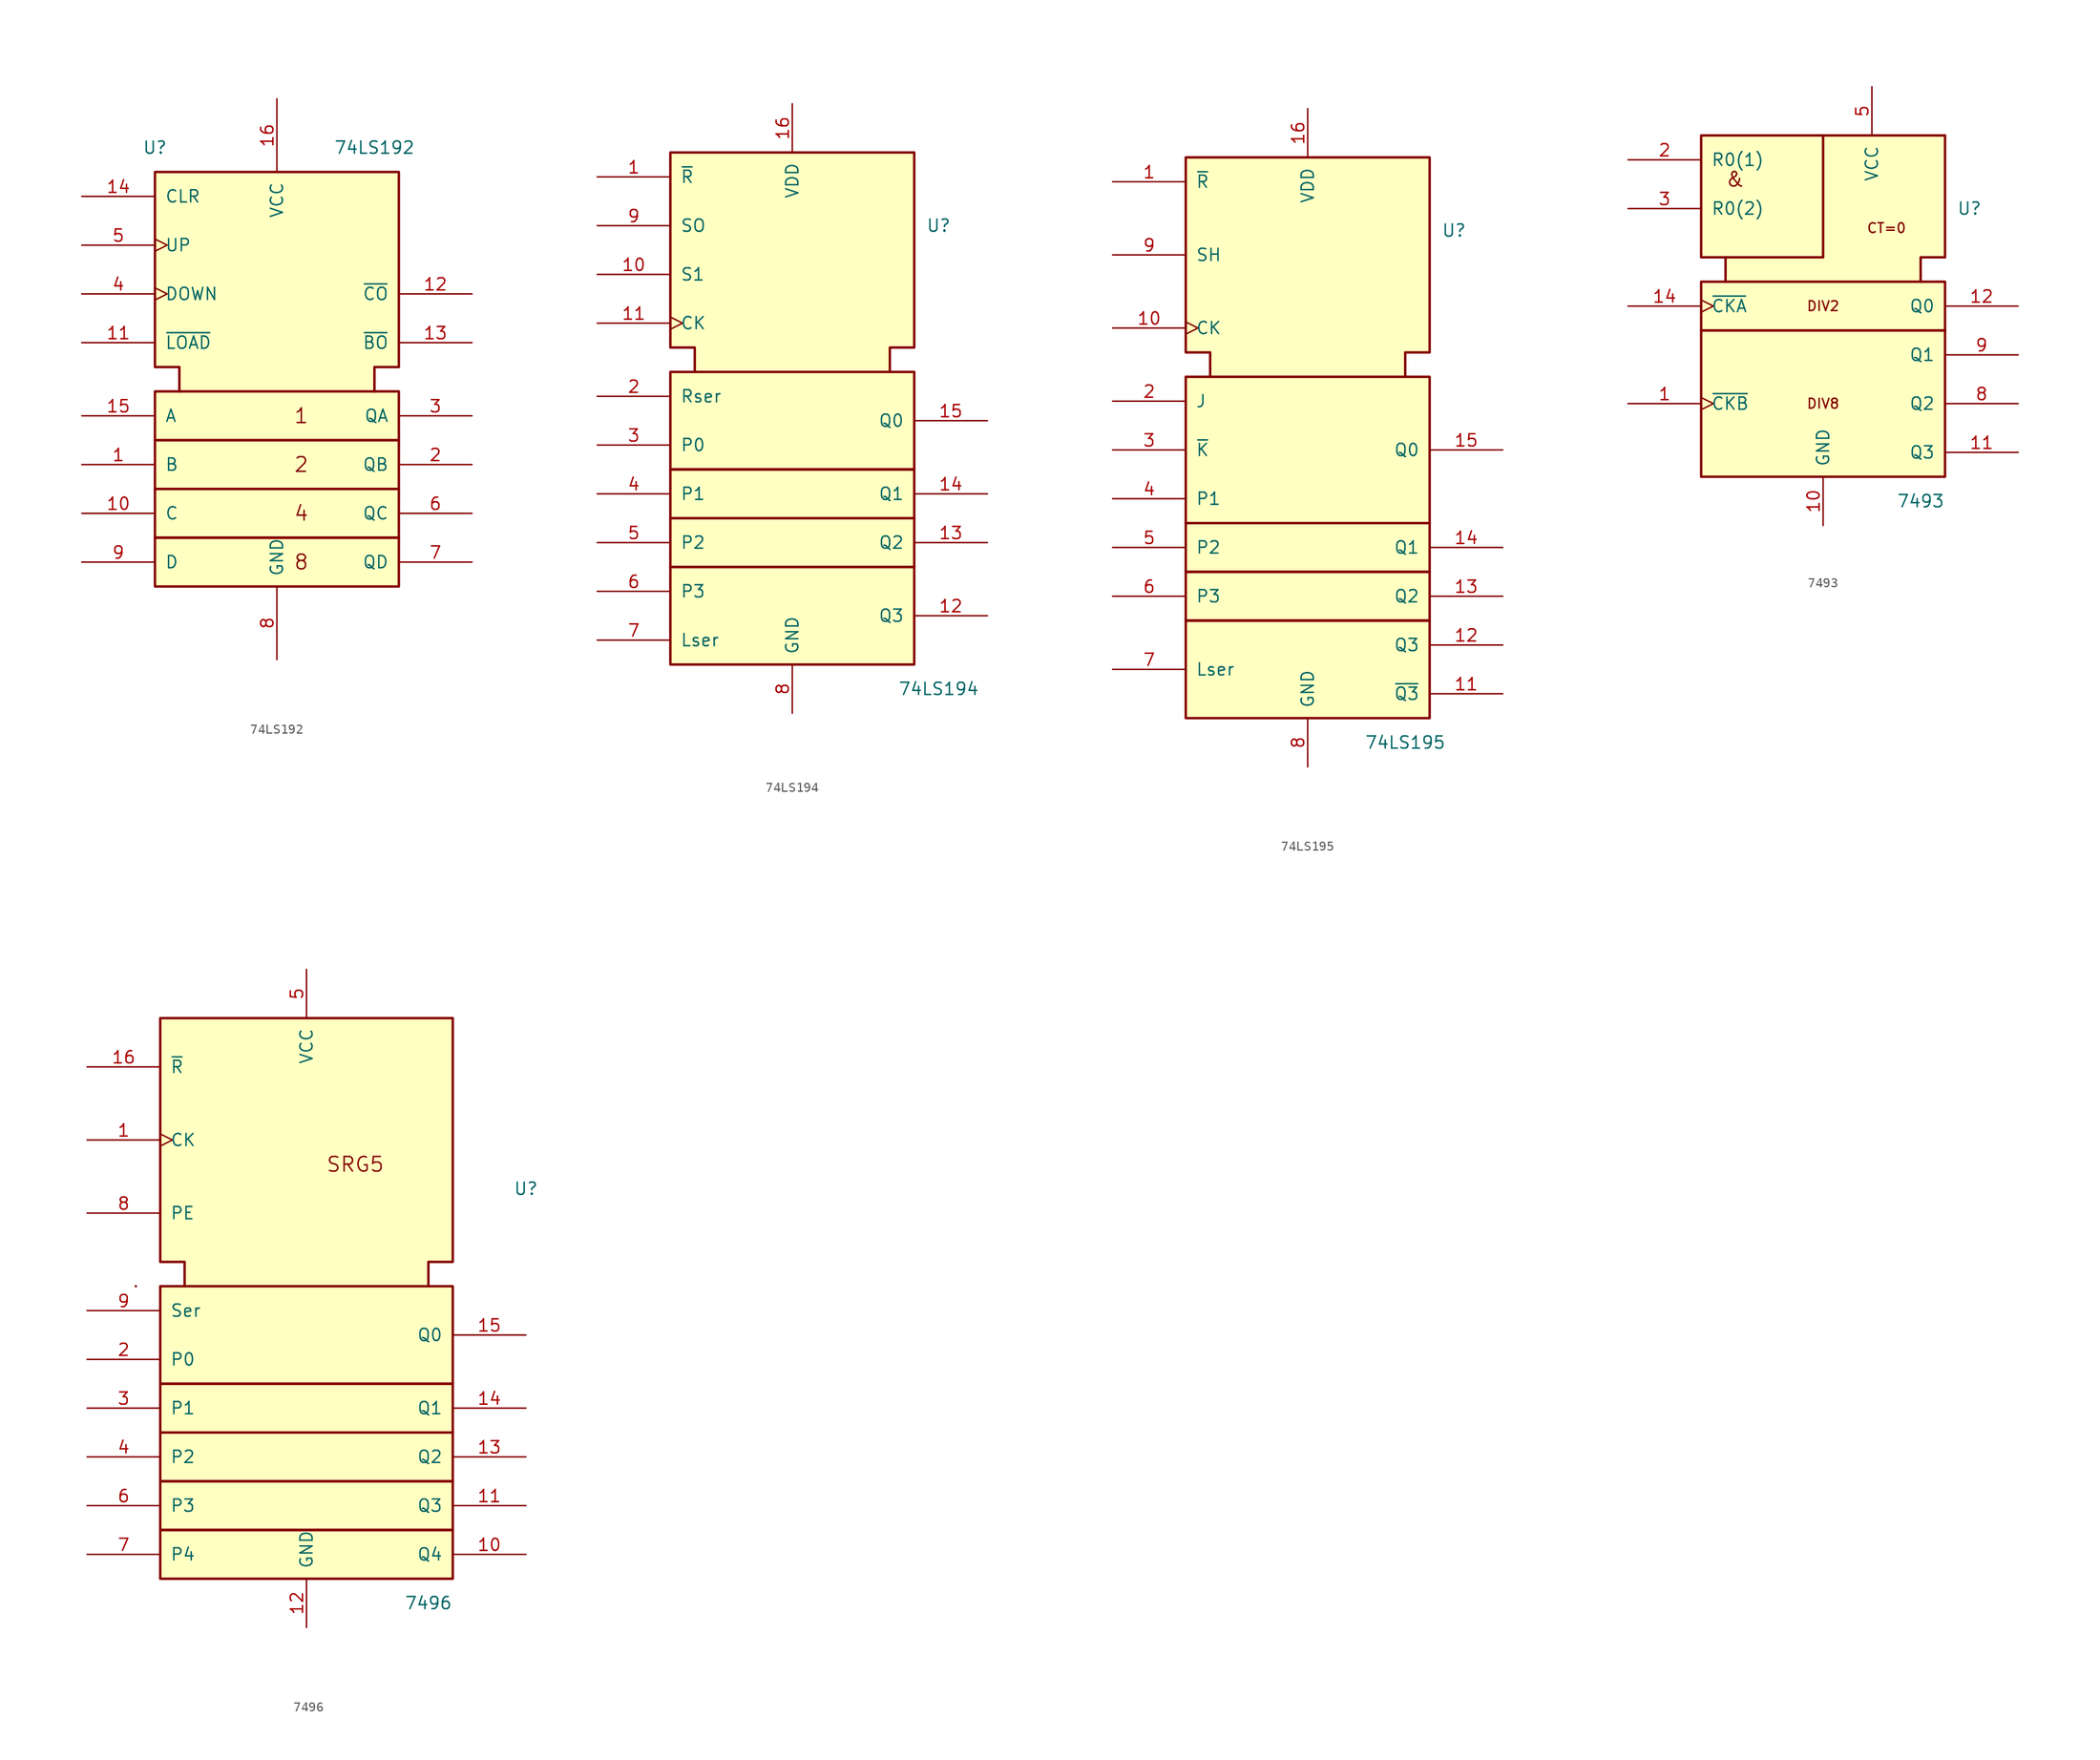
<source format=kicad_sym>
(kicad_symbol_lib
  (version 20241209)
  (generator "kicad_symbol_editor")
  (generator_version "9.0")
  (symbol "74LS192"
    (pin_names
      (offset 1.016))
    (property "Reference" "U"
      (at -12.7 25.4 0)
      (effects (font (size 1.27 1.27))))
    (property "Value" "74LS192"
      (at 10.16 25.4 0)
      (effects (font (size 1.27 1.27))))
    (symbol "74LS192_0_0"
      (text "1" (at 2.54 -2.54 0) (effects (font (size 1.524 1.524))))
      (text "2" (at 2.54 -7.62 0) (effects (font (size 1.524 1.524))))
      (text "4" (at 2.54 -12.7 0) (effects (font (size 1.524 1.524))))
      (text "8" (at 2.54 -17.78 0) (effects (font (size 1.524 1.524))))
      (pin power_in line (at 0 30.48 270) (length 7.62) (name "VCC" (effects (font (size 1.27 1.27)))) (number "16" (effects (font (size 1.27 1.27)))))
      (pin power_in line (at 0 -27.94 90) (length 7.62) (name "GND" (effects (font (size 1.27 1.27)))) (number "8" (effects (font (size 1.27 1.27))))))
    (symbol "74LS192_0_1"
      (rectangle (start -12.7 0) (end 12.7 -5.08) (stroke (width 0.254) (type default)) (fill (type background)))
      (rectangle (start -12.7 -5.08) (end 12.7 -10.16) (stroke (width 0.254) (type default)) (fill (type background)))
      (rectangle (start -12.7 -10.16) (end 12.7 -15.24) (stroke (width 0.254) (type default)) (fill (type background)))
      (rectangle (start -12.7 -15.24) (end 12.7 -20.32) (stroke (width 0.254) (type default)) (fill (type background)))
      (polyline (pts (xy -10.16 0) (xy -10.16 2.54) (xy -12.7 2.54) (xy -12.7 22.86) (xy 12.7 22.86) (xy 12.7 2.54) (xy 10.16 2.54) (xy 10.16 0) (xy 10.16 0)) (stroke (width 0.254) (type default)) (fill (type background))))
    (symbol "74LS192_1_1"
      (pin input line (at -20.32 20.32 0) (length 7.62) (name "CLR" (effects (font (size 1.27 1.27)))) (number "14" (effects (font (size 1.27 1.27)))))
      (pin input clock (at -20.32 15.24 0) (length 7.62) (name "UP" (effects (font (size 1.27 1.27)))) (number "5" (effects (font (size 1.27 1.27)))))
      (pin input clock (at -20.32 10.16 0) (length 7.62) (name "DOWN" (effects (font (size 1.27 1.27)))) (number "4" (effects (font (size 1.27 1.27)))))
      (pin input line (at -20.32 5.08 0) (length 7.62) (name "~{LOAD}" (effects (font (size 1.27 1.27)))) (number "11" (effects (font (size 1.27 1.27)))))
      (pin input line (at -20.32 -2.54 0) (length 7.62) (name "A" (effects (font (size 1.27 1.27)))) (number "15" (effects (font (size 1.27 1.27)))))
      (pin input line (at -20.32 -7.62 0) (length 7.62) (name "B" (effects (font (size 1.27 1.27)))) (number "1" (effects (font (size 1.27 1.27)))))
      (pin input line (at -20.32 -12.7 0) (length 7.62) (name "C" (effects (font (size 1.27 1.27)))) (number "10" (effects (font (size 1.27 1.27)))))
      (pin input line (at -20.32 -17.78 0) (length 7.62) (name "D" (effects (font (size 1.27 1.27)))) (number "9" (effects (font (size 1.27 1.27)))))
      (pin output line (at 20.32 10.16 180) (length 7.62) (name "~{CO}" (effects (font (size 1.27 1.27)))) (number "12" (effects (font (size 1.27 1.27)))))
      (pin output line (at 20.32 5.08 180) (length 7.62) (name "~{BO}" (effects (font (size 1.27 1.27)))) (number "13" (effects (font (size 1.27 1.27)))))
      (pin output line (at 20.32 -2.54 180) (length 7.62) (name "QA" (effects (font (size 1.27 1.27)))) (number "3" (effects (font (size 1.27 1.27)))))
      (pin output line (at 20.32 -7.62 180) (length 7.62) (name "QB" (effects (font (size 1.27 1.27)))) (number "2" (effects (font (size 1.27 1.27)))))
      (pin output line (at 20.32 -12.7 180) (length 7.62) (name "QC" (effects (font (size 1.27 1.27)))) (number "6" (effects (font (size 1.27 1.27)))))
      (pin output line (at 20.32 -17.78 180) (length 7.62) (name "QD" (effects (font (size 1.27 1.27)))) (number "7" (effects (font (size 1.27 1.27)))))))
  (symbol "74LS194"
    (pin_names
      (offset 1.016))
    (property "Reference" "U"
      (at 15.24 17.78 0)
      (effects (font (size 1.27 1.27))))
    (property "Value" "74LS194"
      (at 15.24 -30.48 0)
      (effects (font (size 1.27 1.27))))
    (symbol "74LS194_0_0"
      (rectangle (start -12.7 -17.78) (end 12.7 -27.94) (stroke (width 0.254) (type default)) (fill (type background)))
      (polyline (pts (xy -10.16 2.54) (xy -10.16 5.08) (xy -12.7 5.08) (xy -12.7 25.4) (xy 12.7 25.4) (xy 12.7 5.08) (xy 10.16 5.08) (xy 10.16 2.54) (xy 10.16 2.54)) (stroke (width 0.254) (type default)) (fill (type background)))
      (pin power_in line (at -20.32 -25.4 0) (length 7.62) (name "Lser" (effects (font (size 1.27 1.27)))) (number "7" (effects (font (size 1.27 1.27)))))
      (pin power_in line (at 0 -33.02 90) (length 5.08) (name "GND" (effects (font (size 1.27 1.27)))) (number "8" (effects (font (size 1.27 1.27))))))
    (symbol "74LS194_0_1"
      (rectangle (start -12.7 2.54) (end 12.7 -7.62) (stroke (width 0.254) (type default)) (fill (type background)))
      (rectangle (start -12.7 -7.62) (end 12.7 -12.7) (stroke (width 0.254) (type default)) (fill (type background)))
      (rectangle (start -12.7 -12.7) (end 12.7 -17.78) (stroke (width 0.254) (type default)) (fill (type background)))
      (pin power_in line (at 0 30.48 270) (length 5.08) (name "VDD" (effects (font (size 1.27 1.27)))) (number "16" (effects (font (size 1.27 1.27))))))
    (symbol "74LS194_1_1"
      (pin input line (at -20.32 22.86 0) (length 7.62) (name "~{R}" (effects (font (size 1.27 1.27)))) (number "1" (effects (font (size 1.27 1.27)))))
      (pin input line (at -20.32 17.78 0) (length 7.62) (name "SO" (effects (font (size 1.27 1.27)))) (number "9" (effects (font (size 1.27 1.27)))))
      (pin input line (at -20.32 12.7 0) (length 7.62) (name "S1" (effects (font (size 1.27 1.27)))) (number "10" (effects (font (size 1.27 1.27)))))
      (pin input clock (at -20.32 7.62 0) (length 7.62) (name "CK" (effects (font (size 1.27 1.27)))) (number "11" (effects (font (size 1.27 1.27)))))
      (pin input line (at -20.32 0 0) (length 7.62) (name "Rser" (effects (font (size 1.27 1.27)))) (number "2" (effects (font (size 1.27 1.27)))))
      (pin input line (at -20.32 -5.08 0) (length 7.62) (name "P0" (effects (font (size 1.27 1.27)))) (number "3" (effects (font (size 1.27 1.27)))))
      (pin input line (at -20.32 -10.16 0) (length 7.62) (name "P1" (effects (font (size 1.27 1.27)))) (number "4" (effects (font (size 1.27 1.27)))))
      (pin input line (at -20.32 -15.24 0) (length 7.62) (name "P2" (effects (font (size 1.27 1.27)))) (number "5" (effects (font (size 1.27 1.27)))))
      (pin input line (at -20.32 -20.32 0) (length 7.62) (name "P3" (effects (font (size 1.27 1.27)))) (number "6" (effects (font (size 1.27 1.27)))))
      (pin output line (at 20.32 -2.54 180) (length 7.62) (name "Q0" (effects (font (size 1.27 1.27)))) (number "15" (effects (font (size 1.27 1.27)))))
      (pin output line (at 20.32 -10.16 180) (length 7.62) (name "Q1" (effects (font (size 1.27 1.27)))) (number "14" (effects (font (size 1.27 1.27)))))
      (pin output line (at 20.32 -15.24 180) (length 7.62) (name "Q2" (effects (font (size 1.27 1.27)))) (number "13" (effects (font (size 1.27 1.27)))))
      (pin output line (at 20.32 -22.86 180) (length 7.62) (name "Q3" (effects (font (size 1.27 1.27)))) (number "12" (effects (font (size 1.27 1.27)))))))
  (symbol "74LS195"
    (pin_names
      (offset 1.016))
    (property "Reference" "U"
      (at 15.24 17.78 0)
      (effects (font (size 1.27 1.27))))
    (property "Value" "74LS195"
      (at 10.16 -35.56 0)
      (effects (font (size 1.27 1.27))))
    (symbol "74LS195_0_0"
      (rectangle (start -12.7 2.54) (end 12.7 -12.7) (stroke (width 0.254) (type default)) (fill (type background)))
      (rectangle (start -12.7 -12.7) (end 12.7 -17.78) (stroke (width 0.254) (type default)) (fill (type background)))
      (rectangle (start -12.7 -17.78) (end 12.7 -22.86) (stroke (width 0.254) (type default)) (fill (type background)))
      (rectangle (start -12.7 -22.86) (end 12.7 -33.02) (stroke (width 0.254) (type default)) (fill (type background)))
      (polyline (pts (xy -10.16 2.54) (xy -10.16 5.08) (xy -12.7 5.08) (xy -12.7 25.4) (xy 12.7 25.4) (xy 12.7 5.08) (xy 10.16 5.08) (xy 10.16 2.54) (xy 10.16 2.54)) (stroke (width 0.254) (type default)) (fill (type background)))
      (pin power_in line (at -20.32 -27.94 0) (length 7.62) (name "Lser" (effects (font (size 1.27 1.27)))) (number "7" (effects (font (size 1.27 1.27)))))
      (pin power_in line (at 0 -38.1 90) (length 5.08) (name "GND" (effects (font (size 1.27 1.27)))) (number "8" (effects (font (size 1.27 1.27))))))
    (symbol "74LS195_0_1"
      (pin power_in line (at 0 30.48 270) (length 5.08) (name "VDD" (effects (font (size 1.27 1.27)))) (number "16" (effects (font (size 1.27 1.27))))))
    (symbol "74LS195_1_1"
      (pin input line (at -20.32 22.86 0) (length 7.62) (name "~{R}" (effects (font (size 1.27 1.27)))) (number "1" (effects (font (size 1.27 1.27)))))
      (pin input line (at -20.32 15.24 0) (length 7.62) (name "SH" (effects (font (size 1.27 1.27)))) (number "9" (effects (font (size 1.27 1.27)))))
      (pin input clock (at -20.32 7.62 0) (length 7.62) (name "CK" (effects (font (size 1.27 1.27)))) (number "10" (effects (font (size 1.27 1.27)))))
      (pin input line (at -20.32 0 0) (length 7.62) (name "J" (effects (font (size 1.27 1.27)))) (number "2" (effects (font (size 1.27 1.27)))))
      (pin input line (at -20.32 -5.08 0) (length 7.62) (name "~{K}" (effects (font (size 1.27 1.27)))) (number "3" (effects (font (size 1.27 1.27)))))
      (pin input line (at -20.32 -10.16 0) (length 7.62) (name "P1" (effects (font (size 1.27 1.27)))) (number "4" (effects (font (size 1.27 1.27)))))
      (pin input line (at -20.32 -15.24 0) (length 7.62) (name "P2" (effects (font (size 1.27 1.27)))) (number "5" (effects (font (size 1.27 1.27)))))
      (pin input line (at -20.32 -20.32 0) (length 7.62) (name "P3" (effects (font (size 1.27 1.27)))) (number "6" (effects (font (size 1.27 1.27)))))
      (pin output line (at 20.32 -5.08 180) (length 7.62) (name "Q0" (effects (font (size 1.27 1.27)))) (number "15" (effects (font (size 1.27 1.27)))))
      (pin output line (at 20.32 -15.24 180) (length 7.62) (name "Q1" (effects (font (size 1.27 1.27)))) (number "14" (effects (font (size 1.27 1.27)))))
      (pin output line (at 20.32 -20.32 180) (length 7.62) (name "Q2" (effects (font (size 1.27 1.27)))) (number "13" (effects (font (size 1.27 1.27)))))
      (pin output line (at 20.32 -25.4 180) (length 7.62) (name "Q3" (effects (font (size 1.27 1.27)))) (number "12" (effects (font (size 1.27 1.27)))))
      (pin input line (at 20.32 -30.48 180) (length 7.62) (name "~{Q3}" (effects (font (size 1.27 1.27)))) (number "11" (effects (font (size 1.27 1.27)))))))
  (symbol "7493"
    (pin_names
      (offset 1.016))
    (property "Reference" "U"
      (at 15.24 10.16 0)
      (effects (font (size 1.27 1.27))))
    (property "Value" "7493"
      (at 10.16 -20.32 0)
      (effects (font (size 1.27 1.27))))
    (symbol "7493_0_0"
      (rectangle (start -12.7 2.54) (end 12.7 -2.54) (stroke (width 0.254) (type default)) (fill (type background)))
      (rectangle (start -12.7 -2.54) (end 12.7 -17.78) (stroke (width 0.254) (type default)) (fill (type background)))
      (polyline (pts (xy -10.16 2.54) (xy -10.16 5.08) (xy -12.7 5.08) (xy -12.7 17.78) (xy 12.7 17.78) (xy 12.7 5.08) (xy 10.16 5.08) (xy 10.16 2.54) (xy 10.16 2.54)) (stroke (width 0.254) (type default)) (fill (type background)))
      (polyline (pts (xy 0 17.78) (xy 0 5.08) (xy -10.16 5.08) (xy -10.16 5.08)) (stroke (width 0.254) (type default)) (fill (type background)))
      (text "&" (at -9.144 13.208 0) (effects (font (size 1.524 1.524))))
      (text "DIV2" (at 0 0 0) (effects (font (size 1.016 1.016))))
      (text "DIV8" (at 0 -10.16 0) (effects (font (size 1.016 1.016))))
      (text "CT=0" (at 6.604 8.128 0) (effects (font (size 1.016 1.016))))
      (pin power_in line (at 0 -22.86 90) (length 5.08) (name "GND" (effects (font (size 1.27 1.27)))) (number "10" (effects (font (size 1.27 1.27)))))
      (pin power_in line (at 5.08 22.86 270) (length 5.08) (name "VCC" (effects (font (size 1.27 1.27)))) (number "5" (effects (font (size 1.27 1.27))))))
    (symbol "7493_1_1"
      (pin input line (at -20.32 15.24 0) (length 7.62) (name "R0(1)" (effects (font (size 1.27 1.27)))) (number "2" (effects (font (size 1.27 1.27)))))
      (pin input line (at -20.32 10.16 0) (length 7.62) (name "R0(2)" (effects (font (size 1.27 1.27)))) (number "3" (effects (font (size 1.27 1.27)))))
      (pin input clock (at -20.32 0 0) (length 7.62) (name "~{CKA}" (effects (font (size 1.27 1.27)))) (number "14" (effects (font (size 1.27 1.27)))))
      (pin input clock (at -20.32 -10.16 0) (length 7.62) (name "~{CKB}" (effects (font (size 1.27 1.27)))) (number "1" (effects (font (size 1.27 1.27)))))
      (pin output line (at 20.32 0 180) (length 7.62) (name "Q0" (effects (font (size 1.27 1.27)))) (number "12" (effects (font (size 1.27 1.27)))))
      (pin output line (at 20.32 -5.08 180) (length 7.62) (name "Q1" (effects (font (size 1.27 1.27)))) (number "9" (effects (font (size 1.27 1.27)))))
      (pin output line (at 20.32 -10.16 180) (length 7.62) (name "Q2" (effects (font (size 1.27 1.27)))) (number "8" (effects (font (size 1.27 1.27)))))
      (pin output line (at 20.32 -15.24 180) (length 7.62) (name "Q3" (effects (font (size 1.27 1.27)))) (number "11" (effects (font (size 1.27 1.27)))))))
  (symbol "7496"
    (pin_names
      (offset 1.016))
    (property "Reference" "U"
      (at 22.86 10.16 0)
      (effects (font (size 1.27 1.27))))
    (property "Value" "7496"
      (at 12.7 -33.02 0)
      (effects (font (size 1.27 1.27))))
    (symbol "7496_0_0"
      (polyline (pts (xy -17.78 0) (xy -17.78 0)) (stroke (width 0.254) (type default)) (fill (type background)))
      (text "SRG5" (at 5.08 12.7 0) (effects (font (size 1.524 1.524))))
      (pin power_in line (at 0 33.02 270) (length 5.08) (name "VCC" (effects (font (size 1.27 1.27)))) (number "5" (effects (font (size 1.27 1.27)))))
      (pin power_in line (at 0 -35.56 90) (length 5.08) (name "GND" (effects (font (size 1.27 1.27)))) (number "12" (effects (font (size 1.27 1.27))))))
    (symbol "7496_0_1"
      (rectangle (start -15.24 0) (end 15.24 -10.16) (stroke (width 0.254) (type default)) (fill (type background)))
      (rectangle (start -15.24 -10.16) (end 15.24 -15.24) (stroke (width 0.254) (type default)) (fill (type background)))
      (rectangle (start -15.24 -15.24) (end 15.24 -20.32) (stroke (width 0.254) (type default)) (fill (type background)))
      (rectangle (start -15.24 -20.32) (end 15.24 -25.4) (stroke (width 0.254) (type default)) (fill (type background)))
      (rectangle (start -15.24 -25.4) (end 15.24 -30.48) (stroke (width 0.254) (type default)) (fill (type background)))
      (polyline (pts (xy -12.7 0) (xy -12.7 2.54) (xy -15.24 2.54) (xy -15.24 27.94) (xy 15.24 27.94) (xy 15.24 2.54) (xy 12.7 2.54) (xy 12.7 0) (xy 12.7 0)) (stroke (width 0.254) (type default)) (fill (type background))))
    (symbol "7496_1_1"
      (pin input line (at -22.86 22.86 0) (length 7.62) (name "~{R}" (effects (font (size 1.27 1.27)))) (number "16" (effects (font (size 1.27 1.27)))))
      (pin input clock (at -22.86 15.24 0) (length 7.62) (name "CK" (effects (font (size 1.27 1.27)))) (number "1" (effects (font (size 1.27 1.27)))))
      (pin input line (at -22.86 7.62 0) (length 7.62) (name "PE" (effects (font (size 1.27 1.27)))) (number "8" (effects (font (size 1.27 1.27)))))
      (pin input line (at -22.86 -2.54 0) (length 7.62) (name "Ser" (effects (font (size 1.27 1.27)))) (number "9" (effects (font (size 1.27 1.27)))))
      (pin input line (at -22.86 -7.62 0) (length 7.62) (name "P0" (effects (font (size 1.27 1.27)))) (number "2" (effects (font (size 1.27 1.27)))))
      (pin input line (at -22.86 -12.7 0) (length 7.62) (name "P1" (effects (font (size 1.27 1.27)))) (number "3" (effects (font (size 1.27 1.27)))))
      (pin input line (at -22.86 -17.78 0) (length 7.62) (name "P2" (effects (font (size 1.27 1.27)))) (number "4" (effects (font (size 1.27 1.27)))))
      (pin input line (at -22.86 -22.86 0) (length 7.62) (name "P3" (effects (font (size 1.27 1.27)))) (number "6" (effects (font (size 1.27 1.27)))))
      (pin input line (at -22.86 -27.94 0) (length 7.62) (name "P4" (effects (font (size 1.27 1.27)))) (number "7" (effects (font (size 1.27 1.27)))))
      (pin output line (at 22.86 -5.08 180) (length 7.62) (name "Q0" (effects (font (size 1.27 1.27)))) (number "15" (effects (font (size 1.27 1.27)))))
      (pin output line (at 22.86 -12.7 180) (length 7.62) (name "Q1" (effects (font (size 1.27 1.27)))) (number "14" (effects (font (size 1.27 1.27)))))
      (pin output line (at 22.86 -17.78 180) (length 7.62) (name "Q2" (effects (font (size 1.27 1.27)))) (number "13" (effects (font (size 1.27 1.27)))))
      (pin output line (at 22.86 -22.86 180) (length 7.62) (name "Q3" (effects (font (size 1.27 1.27)))) (number "11" (effects (font (size 1.27 1.27)))))
      (pin output line (at 22.86 -27.94 180) (length 7.62) (name "Q4" (effects (font (size 1.27 1.27)))) (number "10" (effects (font (size 1.27 1.27))))))))
</source>
